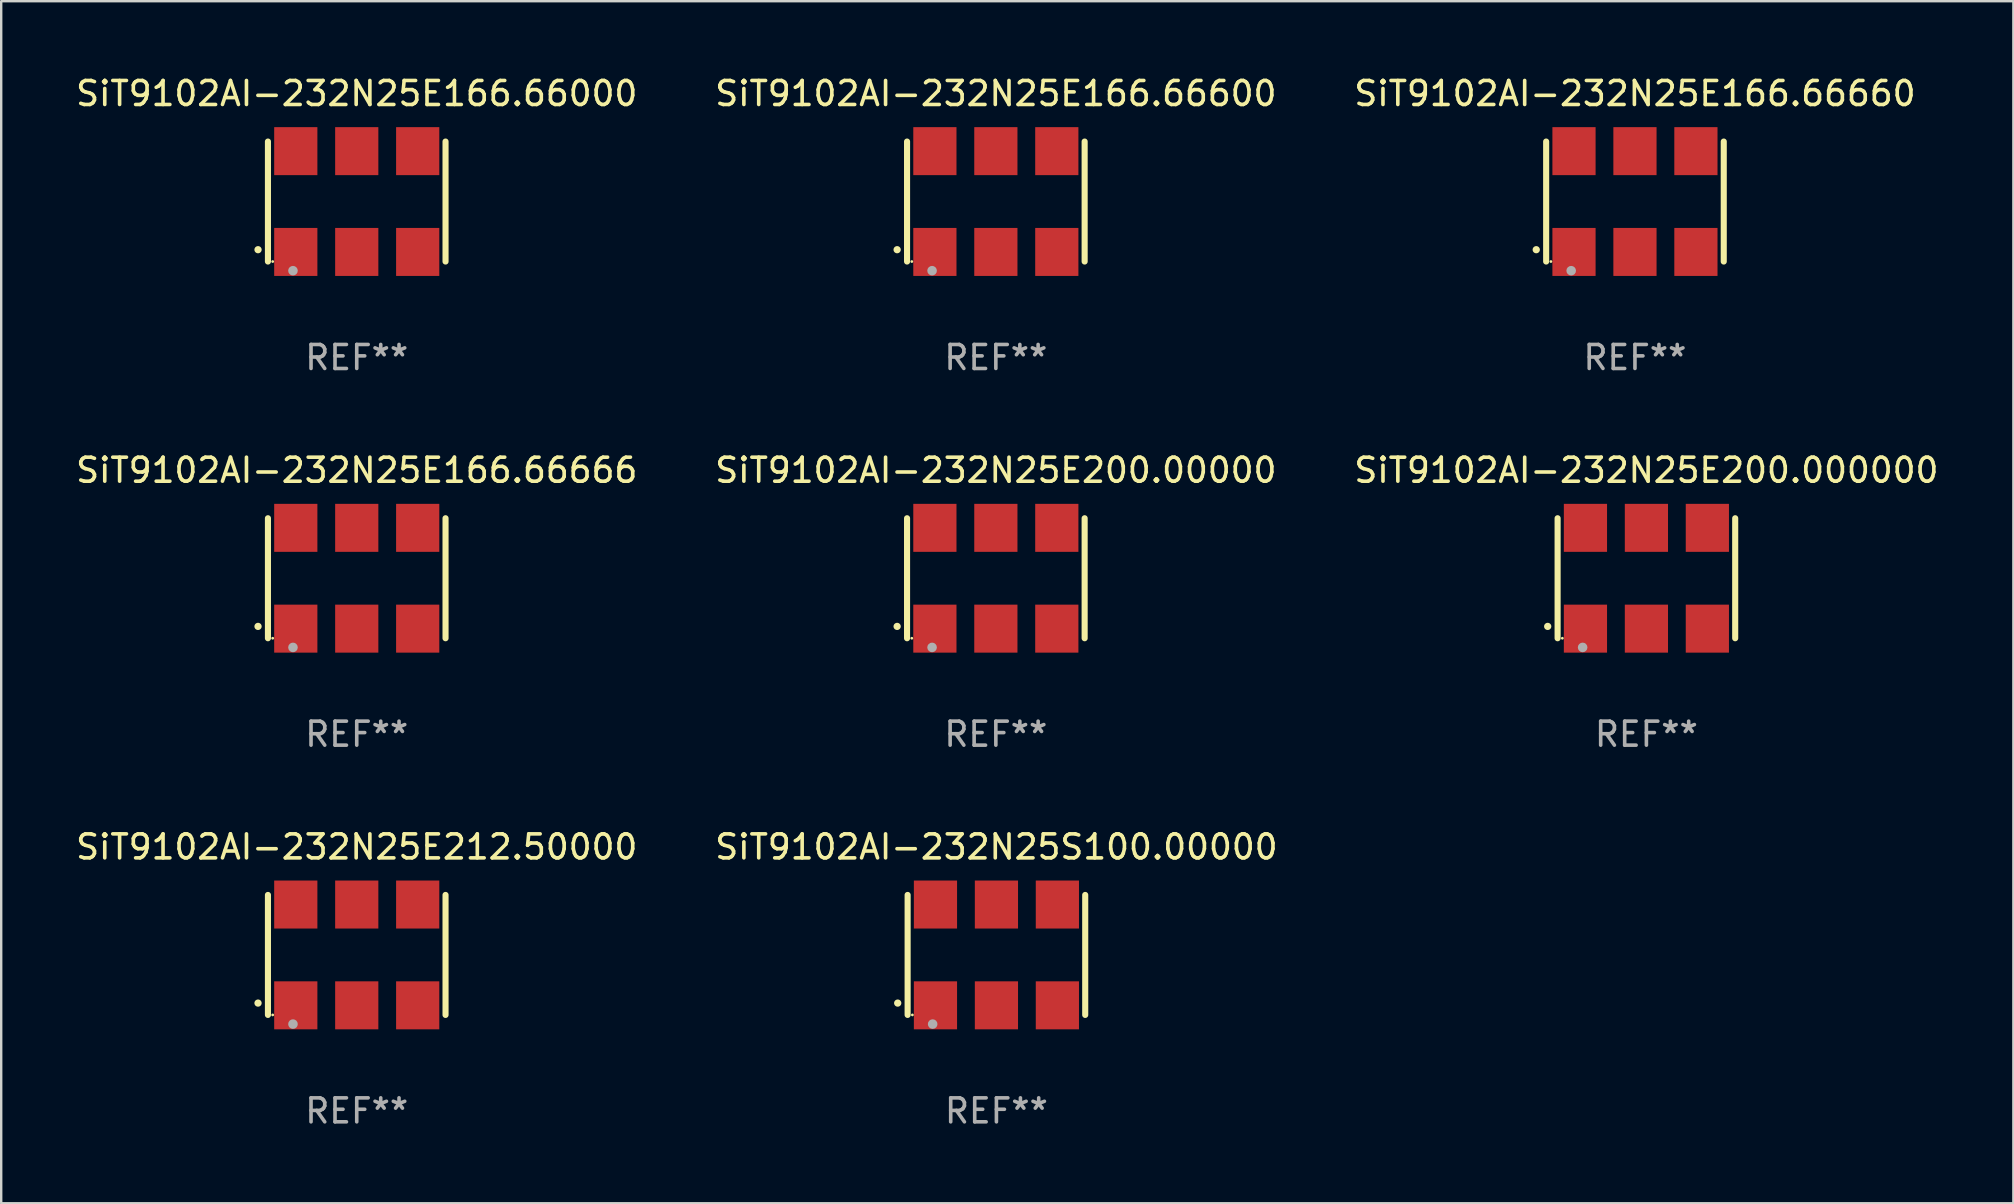
<source format=kicad_pcb>
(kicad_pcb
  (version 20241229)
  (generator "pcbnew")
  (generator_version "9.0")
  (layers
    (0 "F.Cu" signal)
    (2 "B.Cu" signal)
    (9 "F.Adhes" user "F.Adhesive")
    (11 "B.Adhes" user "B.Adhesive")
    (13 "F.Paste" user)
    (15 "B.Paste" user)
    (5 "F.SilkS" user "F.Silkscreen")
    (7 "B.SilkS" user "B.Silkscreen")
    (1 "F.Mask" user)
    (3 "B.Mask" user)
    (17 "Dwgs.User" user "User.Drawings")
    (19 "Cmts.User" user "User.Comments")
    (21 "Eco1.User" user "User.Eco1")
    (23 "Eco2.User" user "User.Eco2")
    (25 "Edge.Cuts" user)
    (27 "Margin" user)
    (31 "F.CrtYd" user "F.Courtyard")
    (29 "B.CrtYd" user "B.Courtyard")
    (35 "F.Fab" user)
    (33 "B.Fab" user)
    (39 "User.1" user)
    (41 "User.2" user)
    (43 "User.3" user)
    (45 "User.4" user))
  (footprint "SiT9102AI-232N25E200.00000"
    (layer "F.Cu")
    (at 38.446 21.045)
    (property "Reference" "SiT9102AI-232N25E200.00000" (at 0 -4.5 0) (layer "F.SilkS") (effects (font (size 1 1) (thickness 0.15))))
    (attr through_hole)
    (fp_line (start -3.7 -2.5) (end -3.7 2.5) (stroke (width 0.254) (type solid)) (layer "F.SilkS"))
    (fp_line (start 3.7 -2.5) (end 3.7 2.5) (stroke (width 0.254) (type solid)) (layer "F.SilkS"))
    (fp_arc (start -4.114415 2.006604) (mid -4.113145 2.006599) (end -4.111875 2.006604) (stroke (width 0.3) (type solid)) (layer "F.SilkS"))
    (fp_circle (center -3.502 2.5) (end -3.472 2.5) (stroke (width 0.06) (type solid)) (fill no) (layer "F.SilkS"))
    (fp_circle (center -2.657 2.882) (end -2.557 2.882) (stroke (width 0.2) (type solid)) (fill no) (layer "F.Fab"))
    (fp_text user "REF**" (at 0 6.5 0) (layer "F.Fab") (effects (font (size 1 1) (thickness 0.15))))
    (pad "1" smd rect (at -2.54 2.1) (size 1.8 2) (layers "F.Cu" "F.Mask" "F.Paste"))
    (pad "2" smd rect (at 0.000394 2.1) (size 1.8 2) (layers "F.Cu" "F.Mask" "F.Paste"))
    (pad "3" smd rect (at 2.54 2.1) (size 1.8 2) (layers "F.Cu" "F.Mask" "F.Paste"))
    (pad "4" smd rect (at 2.54 -2.1) (size 1.8 2) (layers "F.Cu" "F.Mask" "F.Paste"))
    (pad "5" smd rect (at 0.000394 -2.1) (size 1.8 2) (layers "F.Cu" "F.Mask" "F.Paste"))
    (pad "6" smd rect (at -2.54 -2.1) (size 1.8 2) (layers "F.Cu" "F.Mask" "F.Paste")))
  (footprint "SiT9102AI-232N25E166.66660"
    (layer "F.Cu")
    (at 65.077 5.348)
    (property "Reference" "SiT9102AI-232N25E166.66660" (at 0 -4.5 0) (layer "F.SilkS") (effects (font (size 1 1) (thickness 0.15))))
    (attr through_hole)
    (fp_line (start -3.7 -2.5) (end -3.7 2.5) (stroke (width 0.254) (type solid)) (layer "F.SilkS"))
    (fp_line (start 3.7 -2.5) (end 3.7 2.5) (stroke (width 0.254) (type solid)) (layer "F.SilkS"))
    (fp_arc (start -4.114415 2.006604) (mid -4.113145 2.006599) (end -4.111875 2.006604) (stroke (width 0.3) (type solid)) (layer "F.SilkS"))
    (fp_circle (center -3.502 2.5) (end -3.472 2.5) (stroke (width 0.06) (type solid)) (fill no) (layer "F.SilkS"))
    (fp_circle (center -2.657 2.882) (end -2.557 2.882) (stroke (width 0.2) (type solid)) (fill no) (layer "F.Fab"))
    (fp_text user "REF**" (at 0 6.5 0) (layer "F.Fab") (effects (font (size 1 1) (thickness 0.15))))
    (pad "1" smd rect (at -2.54 2.1) (size 1.8 2) (layers "F.Cu" "F.Mask" "F.Paste"))
    (pad "2" smd rect (at 0.000394 2.1) (size 1.8 2) (layers "F.Cu" "F.Mask" "F.Paste"))
    (pad "3" smd rect (at 2.54 2.1) (size 1.8 2) (layers "F.Cu" "F.Mask" "F.Paste"))
    (pad "4" smd rect (at 2.54 -2.1) (size 1.8 2) (layers "F.Cu" "F.Mask" "F.Paste"))
    (pad "5" smd rect (at 0.000394 -2.1) (size 1.8 2) (layers "F.Cu" "F.Mask" "F.Paste"))
    (pad "6" smd rect (at -2.54 -2.1) (size 1.8 2) (layers "F.Cu" "F.Mask" "F.Paste")))
  (footprint "SiT9102AI-232N25E200.000000"
    (layer "F.Cu")
    (at 65.554 21.045)
    (property "Reference" "SiT9102AI-232N25E200.000000" (at 0 -4.5 0) (layer "F.SilkS") (effects (font (size 1 1) (thickness 0.15))))
    (attr through_hole)
    (fp_line (start -3.7 -2.5) (end -3.7 2.5) (stroke (width 0.254) (type solid)) (layer "F.SilkS"))
    (fp_line (start 3.7 -2.5) (end 3.7 2.5) (stroke (width 0.254) (type solid)) (layer "F.SilkS"))
    (fp_arc (start -4.114415 2.006604) (mid -4.113145 2.006599) (end -4.111875 2.006604) (stroke (width 0.3) (type solid)) (layer "F.SilkS"))
    (fp_circle (center -3.502 2.5) (end -3.472 2.5) (stroke (width 0.06) (type solid)) (fill no) (layer "F.SilkS"))
    (fp_circle (center -2.657 2.882) (end -2.557 2.882) (stroke (width 0.2) (type solid)) (fill no) (layer "F.Fab"))
    (fp_text user "REF**" (at 0 6.5 0) (layer "F.Fab") (effects (font (size 1 1) (thickness 0.15))))
    (pad "1" smd rect (at -2.54 2.1) (size 1.8 2) (layers "F.Cu" "F.Mask" "F.Paste"))
    (pad "2" smd rect (at 0.000394 2.1) (size 1.8 2) (layers "F.Cu" "F.Mask" "F.Paste"))
    (pad "3" smd rect (at 2.54 2.1) (size 1.8 2) (layers "F.Cu" "F.Mask" "F.Paste"))
    (pad "4" smd rect (at 2.54 -2.1) (size 1.8 2) (layers "F.Cu" "F.Mask" "F.Paste"))
    (pad "5" smd rect (at 0.000394 -2.1) (size 1.8 2) (layers "F.Cu" "F.Mask" "F.Paste"))
    (pad "6" smd rect (at -2.54 -2.1) (size 1.8 2) (layers "F.Cu" "F.Mask" "F.Paste")))
  (footprint "SiT9102AI-232N25S100.00000"
    (layer "F.Cu")
    (at 38.47 36.741)
    (property "Reference" "SiT9102AI-232N25S100.00000" (at 0 -4.5 0) (layer "F.SilkS") (effects (font (size 1 1) (thickness 0.15))))
    (attr through_hole)
    (fp_line (start -3.7 -2.5) (end -3.7 2.5) (stroke (width 0.254) (type solid)) (layer "F.SilkS"))
    (fp_line (start 3.7 -2.5) (end 3.7 2.5) (stroke (width 0.254) (type solid)) (layer "F.SilkS"))
    (fp_arc (start -4.114415 2.006604) (mid -4.113145 2.006599) (end -4.111875 2.006604) (stroke (width 0.3) (type solid)) (layer "F.SilkS"))
    (fp_circle (center -3.502 2.5) (end -3.472 2.5) (stroke (width 0.06) (type solid)) (fill no) (layer "F.SilkS"))
    (fp_circle (center -2.657 2.882) (end -2.557 2.882) (stroke (width 0.2) (type solid)) (fill no) (layer "F.Fab"))
    (fp_text user "REF**" (at 0 6.5 0) (layer "F.Fab") (effects (font (size 1 1) (thickness 0.15))))
    (pad "1" smd rect (at -2.54 2.1) (size 1.8 2) (layers "F.Cu" "F.Mask" "F.Paste"))
    (pad "2" smd rect (at 0.000394 2.1) (size 1.8 2) (layers "F.Cu" "F.Mask" "F.Paste"))
    (pad "3" smd rect (at 2.54 2.1) (size 1.8 2) (layers "F.Cu" "F.Mask" "F.Paste"))
    (pad "4" smd rect (at 2.54 -2.1) (size 1.8 2) (layers "F.Cu" "F.Mask" "F.Paste"))
    (pad "5" smd rect (at 0.000394 -2.1) (size 1.8 2) (layers "F.Cu" "F.Mask" "F.Paste"))
    (pad "6" smd rect (at -2.54 -2.1) (size 1.8 2) (layers "F.Cu" "F.Mask" "F.Paste")))
  (footprint "SiT9102AI-232N25E166.66000"
    (layer "F.Cu")
    (at 11.815 5.348)
    (property "Reference" "SiT9102AI-232N25E166.66000" (at 0 -4.5 0) (layer "F.SilkS") (effects (font (size 1 1) (thickness 0.15))))
    (attr through_hole)
    (fp_line (start -3.7 -2.5) (end -3.7 2.5) (stroke (width 0.254) (type solid)) (layer "F.SilkS"))
    (fp_line (start 3.7 -2.5) (end 3.7 2.5) (stroke (width 0.254) (type solid)) (layer "F.SilkS"))
    (fp_arc (start -4.114415 2.006604) (mid -4.113145 2.006599) (end -4.111875 2.006604) (stroke (width 0.3) (type solid)) (layer "F.SilkS"))
    (fp_circle (center -3.502 2.5) (end -3.472 2.5) (stroke (width 0.06) (type solid)) (fill no) (layer "F.SilkS"))
    (fp_circle (center -2.657 2.882) (end -2.557 2.882) (stroke (width 0.2) (type solid)) (fill no) (layer "F.Fab"))
    (fp_text user "REF**" (at 0 6.5 0) (layer "F.Fab") (effects (font (size 1 1) (thickness 0.15))))
    (pad "1" smd rect (at -2.54 2.1) (size 1.8 2) (layers "F.Cu" "F.Mask" "F.Paste"))
    (pad "2" smd rect (at 0.000394 2.1) (size 1.8 2) (layers "F.Cu" "F.Mask" "F.Paste"))
    (pad "3" smd rect (at 2.54 2.1) (size 1.8 2) (layers "F.Cu" "F.Mask" "F.Paste"))
    (pad "4" smd rect (at 2.54 -2.1) (size 1.8 2) (layers "F.Cu" "F.Mask" "F.Paste"))
    (pad "5" smd rect (at 0.000394 -2.1) (size 1.8 2) (layers "F.Cu" "F.Mask" "F.Paste"))
    (pad "6" smd rect (at -2.54 -2.1) (size 1.8 2) (layers "F.Cu" "F.Mask" "F.Paste")))
  (footprint "SiT9102AI-232N25E166.66666"
    (layer "F.Cu")
    (at 11.815 21.045)
    (property "Reference" "SiT9102AI-232N25E166.66666" (at 0 -4.5 0) (layer "F.SilkS") (effects (font (size 1 1) (thickness 0.15))))
    (attr through_hole)
    (fp_line (start -3.7 -2.5) (end -3.7 2.5) (stroke (width 0.254) (type solid)) (layer "F.SilkS"))
    (fp_line (start 3.7 -2.5) (end 3.7 2.5) (stroke (width 0.254) (type solid)) (layer "F.SilkS"))
    (fp_arc (start -4.114415 2.006604) (mid -4.113145 2.006599) (end -4.111875 2.006604) (stroke (width 0.3) (type solid)) (layer "F.SilkS"))
    (fp_circle (center -3.502 2.5) (end -3.472 2.5) (stroke (width 0.06) (type solid)) (fill no) (layer "F.SilkS"))
    (fp_circle (center -2.657 2.882) (end -2.557 2.882) (stroke (width 0.2) (type solid)) (fill no) (layer "F.Fab"))
    (fp_text user "REF**" (at 0 6.5 0) (layer "F.Fab") (effects (font (size 1 1) (thickness 0.15))))
    (pad "1" smd rect (at -2.54 2.1) (size 1.8 2) (layers "F.Cu" "F.Mask" "F.Paste"))
    (pad "2" smd rect (at 0.000394 2.1) (size 1.8 2) (layers "F.Cu" "F.Mask" "F.Paste"))
    (pad "3" smd rect (at 2.54 2.1) (size 1.8 2) (layers "F.Cu" "F.Mask" "F.Paste"))
    (pad "4" smd rect (at 2.54 -2.1) (size 1.8 2) (layers "F.Cu" "F.Mask" "F.Paste"))
    (pad "5" smd rect (at 0.000394 -2.1) (size 1.8 2) (layers "F.Cu" "F.Mask" "F.Paste"))
    (pad "6" smd rect (at -2.54 -2.1) (size 1.8 2) (layers "F.Cu" "F.Mask" "F.Paste")))
  (footprint "SiT9102AI-232N25E166.66600"
    (layer "F.Cu")
    (at 38.446 5.348)
    (property "Reference" "SiT9102AI-232N25E166.66600" (at 0 -4.5 0) (layer "F.SilkS") (effects (font (size 1 1) (thickness 0.15))))
    (attr through_hole)
    (fp_line (start -3.7 -2.5) (end -3.7 2.5) (stroke (width 0.254) (type solid)) (layer "F.SilkS"))
    (fp_line (start 3.7 -2.5) (end 3.7 2.5) (stroke (width 0.254) (type solid)) (layer "F.SilkS"))
    (fp_arc (start -4.114415 2.006604) (mid -4.113145 2.006599) (end -4.111875 2.006604) (stroke (width 0.3) (type solid)) (layer "F.SilkS"))
    (fp_circle (center -3.502 2.5) (end -3.472 2.5) (stroke (width 0.06) (type solid)) (fill no) (layer "F.SilkS"))
    (fp_circle (center -2.657 2.882) (end -2.557 2.882) (stroke (width 0.2) (type solid)) (fill no) (layer "F.Fab"))
    (fp_text user "REF**" (at 0 6.5 0) (layer "F.Fab") (effects (font (size 1 1) (thickness 0.15))))
    (pad "1" smd rect (at -2.54 2.1) (size 1.8 2) (layers "F.Cu" "F.Mask" "F.Paste"))
    (pad "2" smd rect (at 0.000394 2.1) (size 1.8 2) (layers "F.Cu" "F.Mask" "F.Paste"))
    (pad "3" smd rect (at 2.54 2.1) (size 1.8 2) (layers "F.Cu" "F.Mask" "F.Paste"))
    (pad "4" smd rect (at 2.54 -2.1) (size 1.8 2) (layers "F.Cu" "F.Mask" "F.Paste"))
    (pad "5" smd rect (at 0.000394 -2.1) (size 1.8 2) (layers "F.Cu" "F.Mask" "F.Paste"))
    (pad "6" smd rect (at -2.54 -2.1) (size 1.8 2) (layers "F.Cu" "F.Mask" "F.Paste")))
  (footprint "SiT9102AI-232N25E212.50000"
    (layer "F.Cu")
    (at 11.815 36.741)
    (property "Reference" "SiT9102AI-232N25E212.50000" (at 0 -4.5 0) (layer "F.SilkS") (effects (font (size 1 1) (thickness 0.15))))
    (attr through_hole)
    (fp_line (start -3.7 -2.5) (end -3.7 2.5) (stroke (width 0.254) (type solid)) (layer "F.SilkS"))
    (fp_line (start 3.7 -2.5) (end 3.7 2.5) (stroke (width 0.254) (type solid)) (layer "F.SilkS"))
    (fp_arc (start -4.114415 2.006604) (mid -4.113145 2.006599) (end -4.111875 2.006604) (stroke (width 0.3) (type solid)) (layer "F.SilkS"))
    (fp_circle (center -3.502 2.5) (end -3.472 2.5) (stroke (width 0.06) (type solid)) (fill no) (layer "F.SilkS"))
    (fp_circle (center -2.657 2.882) (end -2.557 2.882) (stroke (width 0.2) (type solid)) (fill no) (layer "F.Fab"))
    (fp_text user "REF**" (at 0 6.5 0) (layer "F.Fab") (effects (font (size 1 1) (thickness 0.15))))
    (pad "1" smd rect (at -2.54 2.1) (size 1.8 2) (layers "F.Cu" "F.Mask" "F.Paste"))
    (pad "2" smd rect (at 0.000394 2.1) (size 1.8 2) (layers "F.Cu" "F.Mask" "F.Paste"))
    (pad "3" smd rect (at 2.54 2.1) (size 1.8 2) (layers "F.Cu" "F.Mask" "F.Paste"))
    (pad "4" smd rect (at 2.54 -2.1) (size 1.8 2) (layers "F.Cu" "F.Mask" "F.Paste"))
    (pad "5" smd rect (at 0.000394 -2.1) (size 1.8 2) (layers "F.Cu" "F.Mask" "F.Paste"))
    (pad "6" smd rect (at -2.54 -2.1) (size 1.8 2) (layers "F.Cu" "F.Mask" "F.Paste")))
  (gr_rect
    (start -3 -3)
    (end 80.845 47.09)
    (stroke (width 0.1) (type default))
    (fill no)
    (layer "Edge.Cuts")))
</source>
